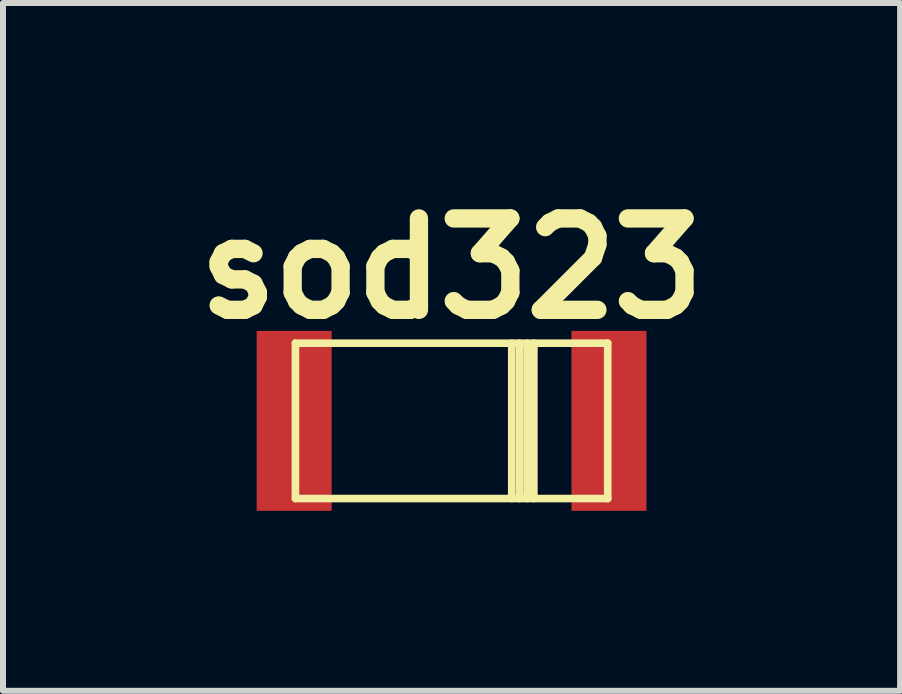
<source format=kicad_pcb>
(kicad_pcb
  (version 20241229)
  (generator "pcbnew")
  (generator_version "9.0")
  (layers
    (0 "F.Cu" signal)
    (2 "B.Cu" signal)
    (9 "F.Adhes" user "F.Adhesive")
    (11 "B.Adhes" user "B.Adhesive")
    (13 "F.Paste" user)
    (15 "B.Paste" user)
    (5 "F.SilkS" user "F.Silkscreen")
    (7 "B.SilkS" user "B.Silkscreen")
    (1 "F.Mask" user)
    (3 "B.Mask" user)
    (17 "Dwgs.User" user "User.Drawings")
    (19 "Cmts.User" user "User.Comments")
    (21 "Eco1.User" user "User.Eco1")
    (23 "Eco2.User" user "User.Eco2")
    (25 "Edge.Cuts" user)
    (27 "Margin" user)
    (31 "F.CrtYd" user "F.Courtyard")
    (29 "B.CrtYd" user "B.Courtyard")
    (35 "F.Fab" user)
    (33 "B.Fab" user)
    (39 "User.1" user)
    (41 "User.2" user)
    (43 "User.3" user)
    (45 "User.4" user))
  (footprint "sod323"
    (layer "F.Cu")
    (at 4.478 3.966)
    (property "Reference" "sod323" (at 0 -2.54 0) (layer "F.SilkS") (effects (font (size 1.524 1.524) (thickness 0.305))))
    (attr through_hole)
    (fp_line (start -2.603 -1.295) (end -2.603 1.295) (stroke (width 0.127) (type solid)) (layer "F.SilkS"))
    (fp_line (start -2.603 1.295) (end 2.603 1.295) (stroke (width 0.127) (type solid)) (layer "F.SilkS"))
    (fp_line (start 1.003 -1.295) (end 1.003 1.295) (stroke (width 0.127) (type solid)) (layer "F.SilkS"))
    (fp_line (start 1.13 1.295) (end 1.13 -1.295) (stroke (width 0.127) (type solid)) (layer "F.SilkS"))
    (fp_line (start 1.257 -1.295) (end 1.257 1.295) (stroke (width 0.127) (type solid)) (layer "F.SilkS"))
    (fp_line (start 1.372 -1.295) (end 1.372 1.295) (stroke (width 0.127) (type solid)) (layer "F.SilkS"))
    (fp_line (start 2.603 -1.295) (end -2.603 -1.295) (stroke (width 0.127) (type solid)) (layer "F.SilkS"))
    (fp_line (start 2.603 1.295) (end 2.603 -1.295) (stroke (width 0.127) (type solid)) (layer "F.SilkS"))
    (pad "1" smd rect (at -2.624 0) (size 1.25 3) (layers "F.Cu" "F.Mask" "F.Paste"))
    (pad "2" smd rect (at 2.624 0) (size 1.25 3) (layers "F.Cu" "F.Mask" "F.Paste")))
  (gr_rect
    (start -3 -3)
    (end 11.955 8.466)
    (stroke (width 0.1) (type default))
    (fill no)
    (layer "Edge.Cuts")))
</source>
